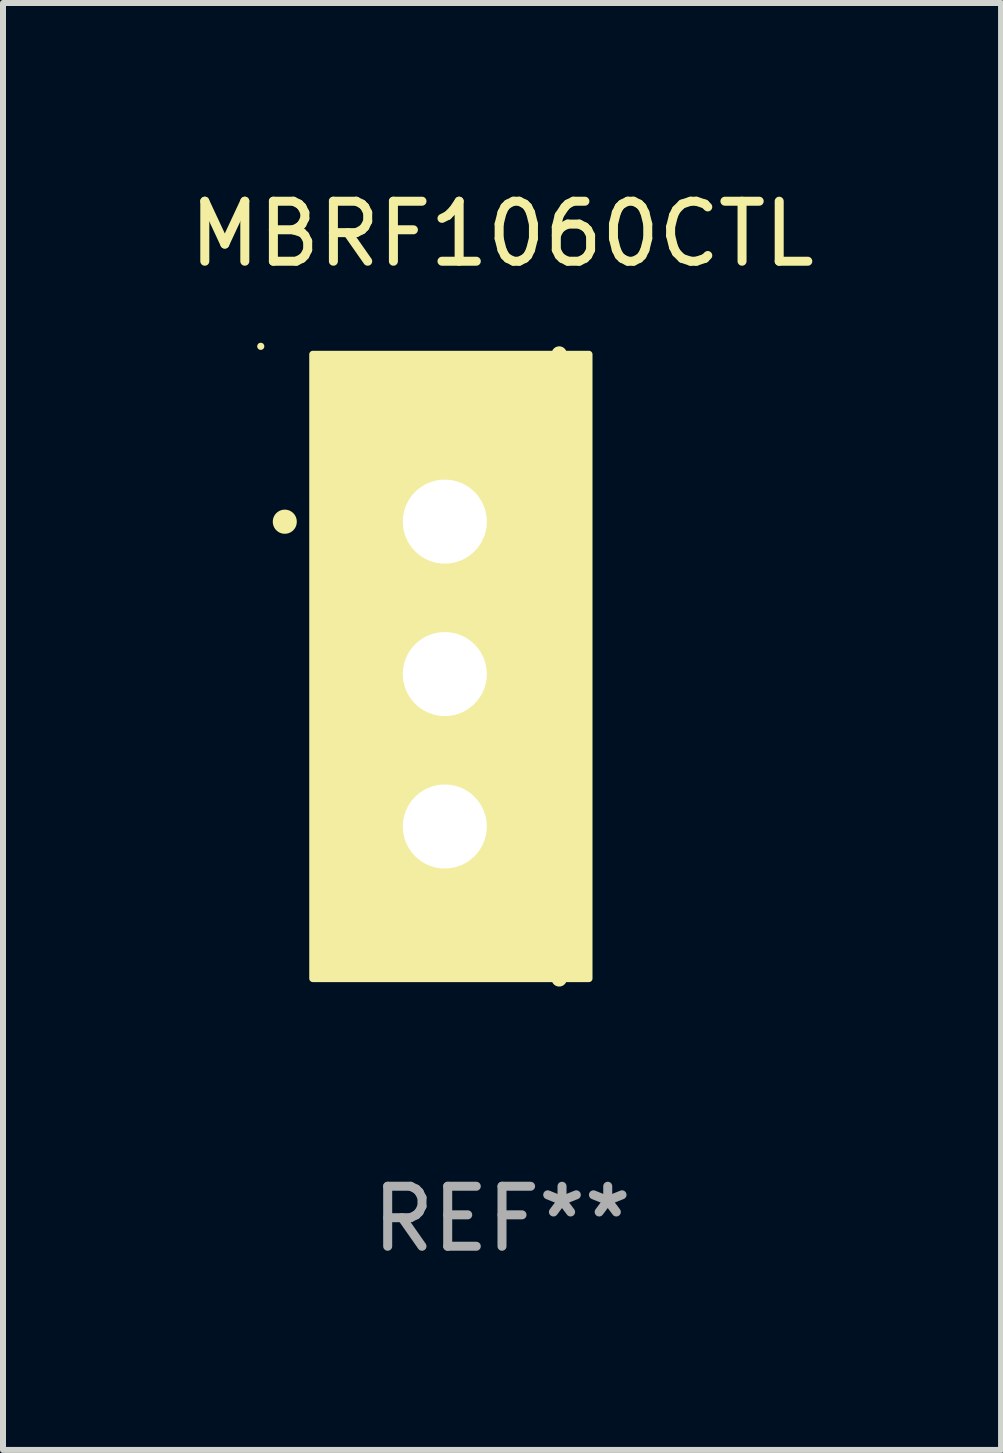
<source format=kicad_pcb>
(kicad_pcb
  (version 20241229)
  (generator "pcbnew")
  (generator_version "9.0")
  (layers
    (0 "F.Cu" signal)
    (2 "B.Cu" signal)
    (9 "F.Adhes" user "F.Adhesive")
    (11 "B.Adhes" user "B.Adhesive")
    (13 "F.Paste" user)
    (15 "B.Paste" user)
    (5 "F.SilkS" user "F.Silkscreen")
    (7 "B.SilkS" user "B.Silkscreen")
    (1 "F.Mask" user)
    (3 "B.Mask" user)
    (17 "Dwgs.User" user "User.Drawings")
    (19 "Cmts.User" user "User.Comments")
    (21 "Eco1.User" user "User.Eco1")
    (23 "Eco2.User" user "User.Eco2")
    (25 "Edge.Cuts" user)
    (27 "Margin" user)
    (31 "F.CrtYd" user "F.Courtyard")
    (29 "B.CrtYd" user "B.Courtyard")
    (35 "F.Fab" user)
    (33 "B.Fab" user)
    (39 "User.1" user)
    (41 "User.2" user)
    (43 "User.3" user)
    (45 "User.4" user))
  (footprint "MBRF1060CTL"
    (layer "F.Cu")
    (at 5.315 8.055)
    (property "Reference" "MBRF1060CTL" (at 0 -7.207 0) (layer "F.SilkS") (effects (font (size 1 1) (thickness 0.15))))
    (attr through_hole)
    (fp_line (start 0.953 5.207) (end 0.953 -5.207) (stroke (width 0.254) (type solid)) (layer "F.SilkS"))
    (fp_arc (start -3.619507 -2.410465) (mid -3.619511 -2.411735) (end -3.619507 -2.413005) (stroke (width 0.4) (type solid)) (layer "F.SilkS"))
    (fp_circle (center -4.02 -5.334) (end -3.99 -5.334) (stroke (width 0.06) (type solid)) (fill no) (layer "F.SilkS"))
    (fp_poly (pts (xy -3.152 -5.2) (xy 1.448 -5.2) (xy 1.448 5.2) (xy -3.152 5.2)) (stroke (width 0.12) (type solid)) (fill yes) (layer "F.SilkS"))
    (fp_text user "REF**" (at 0 9.207 0) (layer "F.Fab") (effects (font (size 1 1) (thickness 0.15))))
    (pad "1" thru_hole rect (at -0.953 -2.413 270) (size 2 2.5) (drill 1.4) (layers "*.Cu" "*.Mask"))
    (pad "2" thru_hole oval (at -0.953 0.127 270) (size 2 2.5) (drill 1.4) (layers "*.Cu" "*.Mask"))
    (pad "3" thru_hole oval (at -0.953 2.667 270) (size 2 2.5) (drill 1.4) (layers "*.Cu" "*.Mask")))
  (gr_rect
    (start -3 -3)
    (end 13.631 21.111)
    (stroke (width 0.1) (type default))
    (fill no)
    (layer "Edge.Cuts")))
</source>
